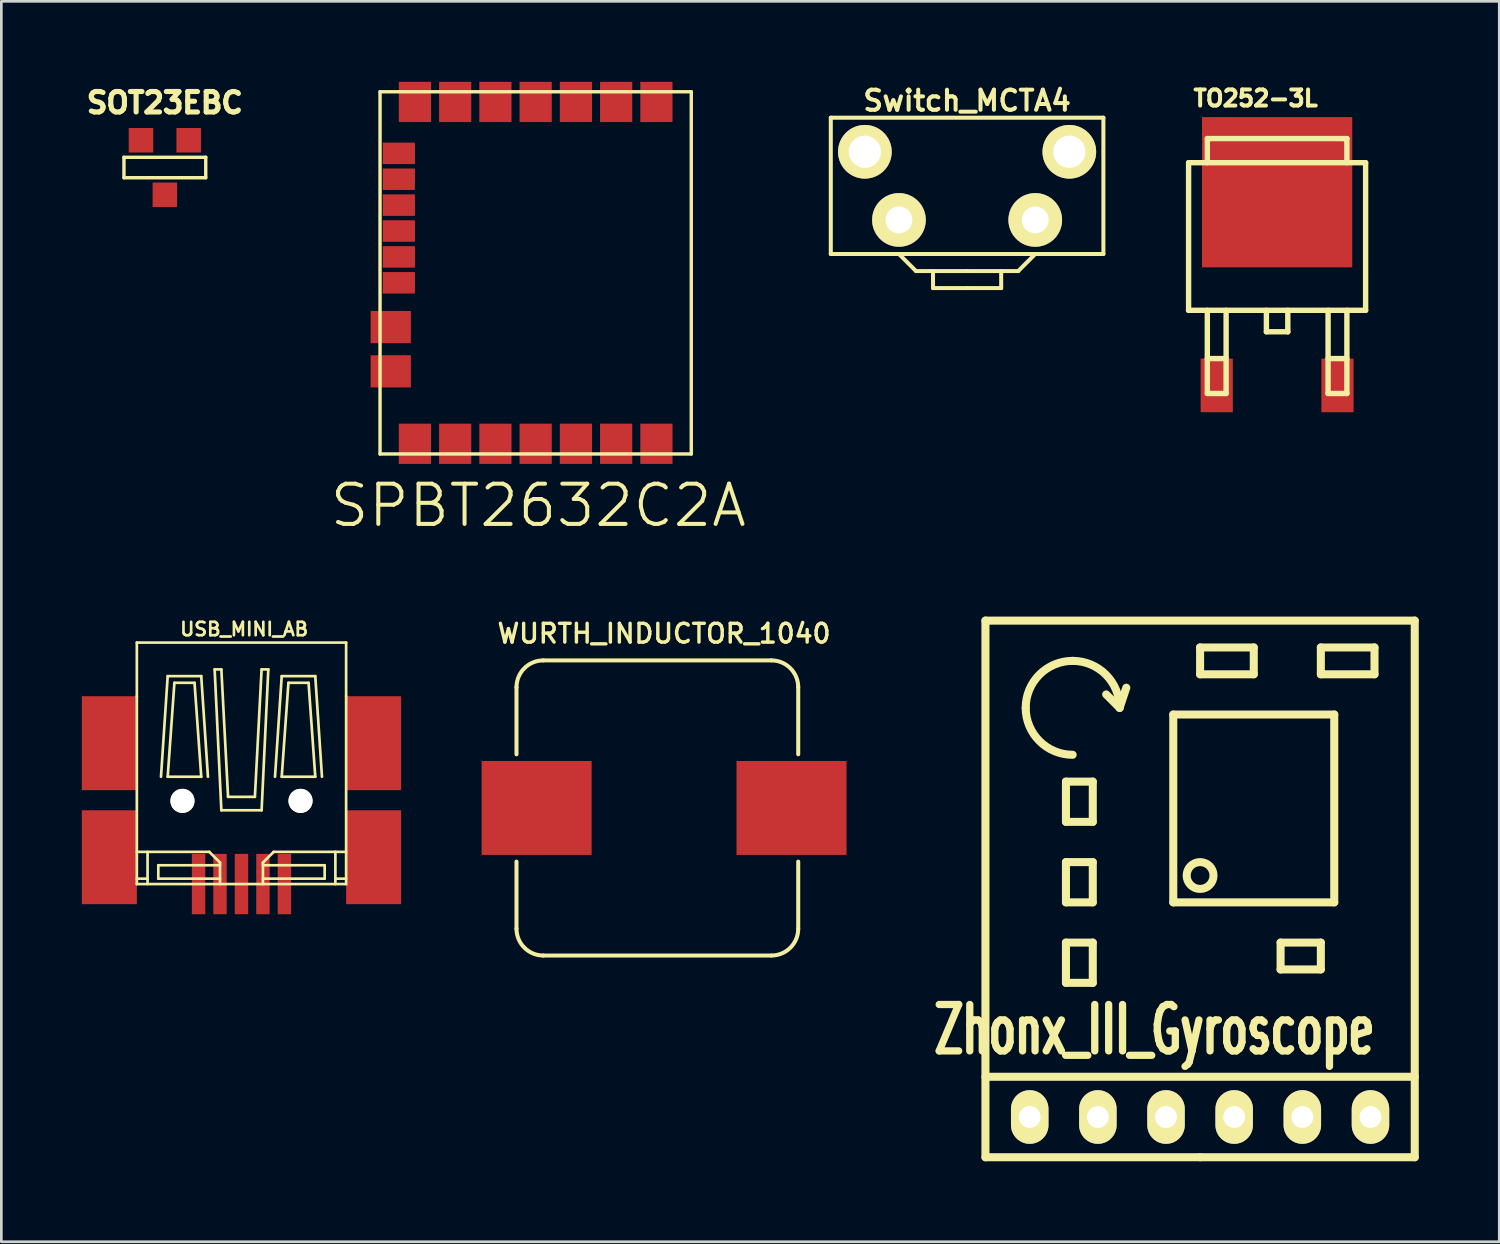
<source format=kicad_pcb>
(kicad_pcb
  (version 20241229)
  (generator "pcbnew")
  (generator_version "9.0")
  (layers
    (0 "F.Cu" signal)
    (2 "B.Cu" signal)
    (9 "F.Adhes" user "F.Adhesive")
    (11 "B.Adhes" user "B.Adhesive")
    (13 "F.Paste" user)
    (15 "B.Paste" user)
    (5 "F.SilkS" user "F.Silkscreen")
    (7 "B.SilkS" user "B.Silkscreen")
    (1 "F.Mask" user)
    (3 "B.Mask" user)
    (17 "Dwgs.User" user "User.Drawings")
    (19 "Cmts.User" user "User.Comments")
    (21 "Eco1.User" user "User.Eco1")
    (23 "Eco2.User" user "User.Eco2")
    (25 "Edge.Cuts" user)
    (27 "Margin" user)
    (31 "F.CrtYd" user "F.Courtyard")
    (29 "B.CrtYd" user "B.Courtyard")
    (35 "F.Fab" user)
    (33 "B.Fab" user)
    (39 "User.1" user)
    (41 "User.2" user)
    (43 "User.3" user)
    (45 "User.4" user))
  (footprint "TO252-3L"
    (layer "F.Cu")
    (at 44.548 11.315)
    (property "Reference" "TO252-3L" (at -0.8 -10.701 0) (layer "F.SilkS") (effects (font (size 0.599 0.599) (thickness 0.15))))
    (attr through_hole)
    (fp_line (start -3.299 -8.301) (end -3.299 -2.799) (stroke (width 0.201) (type solid)) (layer "F.SilkS"))
    (fp_line (start -3.299 -2.799) (end 3.299 -2.799) (stroke (width 0.201) (type solid)) (layer "F.SilkS"))
    (fp_line (start -2.601 -9.2) (end 2.499 -9.2) (stroke (width 0.201) (type solid)) (layer "F.SilkS"))
    (fp_line (start -2.601 -8.301) (end -2.601 -9.2) (stroke (width 0.201) (type solid)) (layer "F.SilkS"))
    (fp_line (start -2.601 -2.799) (end -2.601 0.3) (stroke (width 0.201) (type solid)) (layer "F.SilkS"))
    (fp_line (start -2.601 -1.001) (end -1.9 -1.001) (stroke (width 0.201) (type solid)) (layer "F.SilkS"))
    (fp_line (start -2.601 0.3) (end -1.9 0.3) (stroke (width 0.201) (type solid)) (layer "F.SilkS"))
    (fp_line (start -1.9 0.3) (end -1.9 -2.799) (stroke (width 0.201) (type solid)) (layer "F.SilkS"))
    (fp_line (start -0.399 -1.999) (end -0.399 -2.799) (stroke (width 0.201) (type solid)) (layer "F.SilkS"))
    (fp_line (start 0.399 -2.799) (end 0.399 -1.999) (stroke (width 0.201) (type solid)) (layer "F.SilkS"))
    (fp_line (start 0.399 -1.999) (end -0.399 -1.999) (stroke (width 0.201) (type solid)) (layer "F.SilkS"))
    (fp_line (start 1.9 -1.001) (end 2.601 -1.001) (stroke (width 0.201) (type solid)) (layer "F.SilkS"))
    (fp_line (start 1.9 0.3) (end 1.9 -2.799) (stroke (width 0.201) (type solid)) (layer "F.SilkS"))
    (fp_line (start 2.499 -9.2) (end 2.601 -9.2) (stroke (width 0.201) (type solid)) (layer "F.SilkS"))
    (fp_line (start 2.601 -9.2) (end 2.601 -8.301) (stroke (width 0.201) (type solid)) (layer "F.SilkS"))
    (fp_line (start 2.601 -2.799) (end 2.601 0.3) (stroke (width 0.201) (type solid)) (layer "F.SilkS"))
    (fp_line (start 2.601 0.3) (end 1.9 0.3) (stroke (width 0.201) (type solid)) (layer "F.SilkS"))
    (fp_line (start 3.299 -8.301) (end -3.299 -8.301) (stroke (width 0.201) (type solid)) (layer "F.SilkS"))
    (fp_line (start 3.299 -2.799) (end 3.299 -8.301) (stroke (width 0.201) (type solid)) (layer "F.SilkS"))
    (pad "1" smd rect (at -2.25 0) (size 1.199 1.999) (layers "F.Cu" "F.Mask" "F.Paste"))
    (pad "2" smd rect (at 0 -7.201) (size 5.601 5.601) (layers "F.Cu" "F.Mask" "F.Paste"))
    (pad "3" smd rect (at 2.25 0) (size 1.199 1.999) (layers "F.Cu" "F.Mask" "F.Paste")))
  (footprint "SOT23EBC"
    (layer "F.Cu")
    (at 3.094 3.193)
    (property "Reference" "SOT23EBC" (at 0 -2.413 0) (layer "F.SilkS") (effects (font (size 0.762 0.762) (thickness 0.191))))
    (attr smd)
    (fp_line (start -1.524 -0.381) (end 1.524 -0.381) (stroke (width 0.127) (type solid)) (layer "F.SilkS"))
    (fp_line (start -1.524 0.381) (end -1.524 -0.381) (stroke (width 0.127) (type solid)) (layer "F.SilkS"))
    (fp_line (start 1.524 -0.381) (end 1.524 0.381) (stroke (width 0.127) (type solid)) (layer "F.SilkS"))
    (fp_line (start 1.524 0.381) (end -1.524 0.381) (stroke (width 0.127) (type solid)) (layer "F.SilkS"))
    (pad "1" smd rect (at -0.889 -1.016) (size 0.914 0.914) (layers "F.Cu" "F.Mask" "F.Paste"))
    (pad "2" smd rect (at 0.889 -1.016) (size 0.914 0.914) (layers "F.Cu" "F.Mask" "F.Paste"))
    (pad "3" smd rect (at 0 1.016) (size 0.914 0.914) (layers "F.Cu" "F.Mask" "F.Paste")))
  (footprint "SPBT2632C2A"
    (layer "F.Cu")
    (at 12.414 13.49)
    (property "Reference" "SPBT2632C2A" (at 4.6 2.3 0) (layer "F.SilkS") (effects (font (size 1.5 1.5) (thickness 0.15))))
    (attr through_hole)
    (fp_line (start -1.3 -13.12) (end -1.3 0.38) (stroke (width 0.127) (type solid)) (layer "F.SilkS"))
    (fp_line (start -1.3 0.38) (end 10.3 0.38) (stroke (width 0.127) (type solid)) (layer "F.SilkS"))
    (fp_line (start 10.3 -13.12) (end -1.3 -13.12) (stroke (width 0.127) (type solid)) (layer "F.SilkS"))
    (fp_line (start 10.3 0.38) (end 10.3 -13.12) (stroke (width 0.127) (type solid)) (layer "F.SilkS"))
    (pad "1" smd rect (at 0 0) (size 1.2 1.5) (layers "F.Cu" "F.Mask" "F.Paste"))
    (pad "2" smd rect (at 1.5 0) (size 1.2 1.5) (layers "F.Cu" "F.Mask" "F.Paste"))
    (pad "3" smd rect (at 3 0) (size 1.2 1.5) (layers "F.Cu" "F.Mask" "F.Paste"))
    (pad "4" smd rect (at 4.5 0) (size 1.2 1.5) (layers "F.Cu" "F.Mask" "F.Paste"))
    (pad "5" smd rect (at 6 0) (size 1.2 1.5) (layers "F.Cu" "F.Mask" "F.Paste"))
    (pad "6" smd rect (at 7.5 0) (size 1.2 1.5) (layers "F.Cu" "F.Mask" "F.Paste"))
    (pad "7" smd rect (at 9 0) (size 1.2 1.5) (layers "F.Cu" "F.Mask" "F.Paste"))
    (pad "8" smd rect (at 9 -12.74) (size 1.2 1.5) (layers "F.Cu" "F.Mask" "F.Paste"))
    (pad "9" smd rect (at 7.5 -12.74) (size 1.2 1.5) (layers "F.Cu" "F.Mask" "F.Paste"))
    (pad "10" smd rect (at 6 -12.74) (size 1.2 1.5) (layers "F.Cu" "F.Mask" "F.Paste"))
    (pad "11" smd rect (at 4.5 -12.74) (size 1.2 1.5) (layers "F.Cu" "F.Mask" "F.Paste"))
    (pad "12" smd rect (at 3 -12.74) (size 1.2 1.5) (layers "F.Cu" "F.Mask" "F.Paste"))
    (pad "13" smd rect (at 1.5 -12.74) (size 1.2 1.5) (layers "F.Cu" "F.Mask" "F.Paste"))
    (pad "14" smd rect (at 0 -12.74) (size 1.2 1.5) (layers "F.Cu" "F.Mask" "F.Paste"))
    (pad "15" smd rect (at -0.9 -4.35) (size 1.5 1.2) (layers "F.Cu" "F.Mask" "F.Paste"))
    (pad "16" smd rect (at -0.9 -2.7) (size 1.5 1.2) (layers "F.Cu" "F.Mask" "F.Paste"))
    (pad "17" smd rect (at -0.6 -6) (size 1.2 0.8) (layers "F.Cu" "F.Mask" "F.Paste"))
    (pad "18" smd rect (at -0.6 -6.965) (size 1.2 0.8) (layers "F.Cu" "F.Mask" "F.Paste"))
    (pad "19" smd rect (at -0.6 -7.93) (size 1.2 0.8) (layers "F.Cu" "F.Mask" "F.Paste"))
    (pad "20" smd rect (at -0.6 -8.895) (size 1.2 0.8) (layers "F.Cu" "F.Mask" "F.Paste"))
    (pad "21" smd rect (at -0.6 -9.86) (size 1.2 0.8) (layers "F.Cu" "F.Mask" "F.Paste"))
    (pad "22" smd rect (at -0.6 -10.825) (size 1.2 0.8) (layers "F.Cu" "F.Mask" "F.Paste")))
  (footprint "USB_MINI_AB"
    (layer "F.Cu")
    (at 5.95 28.899)
    (property "Reference" "USB_MINI_AB" (at 0.1 -8.5 0) (layer "F.SilkS") (effects (font (size 0.5 0.5) (thickness 0.1))))
    (attr through_hole)
    (fp_line (start -3.9 -8) (end -3.9 -6) (stroke (width 0.1) (type solid)) (layer "F.SilkS"))
    (fp_line (start -3.9 -6) (end -3.9 1) (stroke (width 0.1) (type solid)) (layer "F.SilkS"))
    (fp_line (start -3.9 -0.2) (end -1.2 -0.2) (stroke (width 0.1) (type solid)) (layer "F.SilkS"))
    (fp_line (start -3.9 1) (end 3.9 1) (stroke (width 0.1) (type solid)) (layer "F.SilkS"))
    (fp_line (start -3.5 0.8) (end -3.9 0.8) (stroke (width 0.1) (type solid)) (layer "F.SilkS"))
    (fp_line (start -3.5 1) (end -3.5 -0.2) (stroke (width 0.1) (type solid)) (layer "F.SilkS"))
    (fp_line (start -3.1 0.3) (end -0.8 0.3) (stroke (width 0.1) (type solid)) (layer "F.SilkS"))
    (fp_line (start -3.1 0.8) (end -3.1 0.3) (stroke (width 0.1) (type solid)) (layer "F.SilkS"))
    (fp_line (start -3 -3) (end -2.75 -6.75) (stroke (width 0.1) (type solid)) (layer "F.SilkS"))
    (fp_line (start -2.75 -6.75) (end -1.5 -6.75) (stroke (width 0.1) (type solid)) (layer "F.SilkS"))
    (fp_line (start -2.75 -3) (end -1.5 -3) (stroke (width 0.1) (type solid)) (layer "F.SilkS"))
    (fp_line (start -2.5 -6.5) (end -2.75 -3) (stroke (width 0.1) (type solid)) (layer "F.SilkS"))
    (fp_line (start -1.75 -6.5) (end -2.5 -6.5) (stroke (width 0.1) (type solid)) (layer "F.SilkS"))
    (fp_line (start -1.5 -6.75) (end -1.25 -3) (stroke (width 0.1) (type solid)) (layer "F.SilkS"))
    (fp_line (start -1.5 -3) (end -1.75 -6.5) (stroke (width 0.1) (type solid)) (layer "F.SilkS"))
    (fp_line (start -1.2 -0.2) (end -0.8 0.2) (stroke (width 0.1) (type solid)) (layer "F.SilkS"))
    (fp_line (start -1 -7) (end -0.75 -1.75) (stroke (width 0.1) (type solid)) (layer "F.SilkS"))
    (fp_line (start -0.8 0.2) (end -0.8 1) (stroke (width 0.1) (type solid)) (layer "F.SilkS"))
    (fp_line (start -0.8 0.8) (end -3.1 0.8) (stroke (width 0.1) (type solid)) (layer "F.SilkS"))
    (fp_line (start -0.75 -7) (end -1 -7) (stroke (width 0.1) (type solid)) (layer "F.SilkS"))
    (fp_line (start -0.75 -1.75) (end 0.75 -1.75) (stroke (width 0.1) (type solid)) (layer "F.SilkS"))
    (fp_line (start -0.5 -2.25) (end -0.75 -7) (stroke (width 0.1) (type solid)) (layer "F.SilkS"))
    (fp_line (start 0.5 -2.25) (end -0.5 -2.25) (stroke (width 0.1) (type solid)) (layer "F.SilkS"))
    (fp_line (start 0.75 -7) (end 0.5 -2.25) (stroke (width 0.1) (type solid)) (layer "F.SilkS"))
    (fp_line (start 0.75 -1.75) (end 1 -7) (stroke (width 0.1) (type solid)) (layer "F.SilkS"))
    (fp_line (start 0.8 0.2) (end 1.2 -0.2) (stroke (width 0.1) (type solid)) (layer "F.SilkS"))
    (fp_line (start 0.8 0.3) (end 3.1 0.3) (stroke (width 0.1) (type solid)) (layer "F.SilkS"))
    (fp_line (start 0.8 1) (end 0.8 0.2) (stroke (width 0.1) (type solid)) (layer "F.SilkS"))
    (fp_line (start 1 -7) (end 0.75 -7) (stroke (width 0.1) (type solid)) (layer "F.SilkS"))
    (fp_line (start 1.2 -0.2) (end 3.9 -0.2) (stroke (width 0.1) (type solid)) (layer "F.SilkS"))
    (fp_line (start 1.25 -3) (end 1.5 -6.75) (stroke (width 0.1) (type solid)) (layer "F.SilkS"))
    (fp_line (start 1.5 -6.75) (end 2.75 -6.75) (stroke (width 0.1) (type solid)) (layer "F.SilkS"))
    (fp_line (start 1.5 -3) (end 1.75 -6.5) (stroke (width 0.1) (type solid)) (layer "F.SilkS"))
    (fp_line (start 1.75 -6.5) (end 2.5 -6.5) (stroke (width 0.1) (type solid)) (layer "F.SilkS"))
    (fp_line (start 2.5 -6.5) (end 2.75 -3) (stroke (width 0.1) (type solid)) (layer "F.SilkS"))
    (fp_line (start 2.75 -6.75) (end 3 -3) (stroke (width 0.1) (type solid)) (layer "F.SilkS"))
    (fp_line (start 2.75 -3) (end 1.5 -3) (stroke (width 0.1) (type solid)) (layer "F.SilkS"))
    (fp_line (start 3.1 0.3) (end 3.1 0.8) (stroke (width 0.1) (type solid)) (layer "F.SilkS"))
    (fp_line (start 3.1 0.8) (end 0.8 0.8) (stroke (width 0.1) (type solid)) (layer "F.SilkS"))
    (fp_line (start 3.5 -0.2) (end 3.5 1) (stroke (width 0.1) (type solid)) (layer "F.SilkS"))
    (fp_line (start 3.9 -8) (end -3.9 -8) (stroke (width 0.1) (type solid)) (layer "F.SilkS"))
    (fp_line (start 3.9 -6) (end 3.9 -8) (stroke (width 0.1) (type solid)) (layer "F.SilkS"))
    (fp_line (start 3.9 0.8) (end 3.5 0.8) (stroke (width 0.1) (type solid)) (layer "F.SilkS"))
    (fp_line (start 3.9 1) (end 3.9 -6) (stroke (width 0.1) (type solid)) (layer "F.SilkS"))
    (pad "" np_thru_hole circle (at -2.2 -2.1) (size 0.9 0.9) (drill 0.9) (layers "*.Cu" "*.Mask" "F.SilkS"))
    (pad "" np_thru_hole circle (at 2.2 -2.1) (size 0.9 0.9) (drill 0.9) (layers "*.Cu" "*.Mask" "F.SilkS"))
    (pad "1" smd rect (at 1.6 1) (size 0.5 2.25) (layers "F.Cu" "F.Mask" "F.Paste"))
    (pad "2" smd rect (at 0.8 1) (size 0.5 2.25) (layers "F.Cu" "F.Mask" "F.Paste"))
    (pad "3" smd rect (at 0 1) (size 0.5 2.25) (layers "F.Cu" "F.Mask" "F.Paste"))
    (pad "4" smd rect (at -0.8 1) (size 0.5 2.25) (layers "F.Cu" "F.Mask" "F.Paste"))
    (pad "5" smd rect (at -4.925 -4.25) (size 2.05 3.5) (layers "F.Cu" "F.Mask" "F.Paste"))
    (pad "5" smd rect (at -4.925 0) (size 2.05 3.5) (layers "F.Cu" "F.Mask" "F.Paste"))
    (pad "5" smd rect (at -1.6 1) (size 0.5 2.25) (layers "F.Cu" "F.Mask" "F.Paste"))
    (pad "5" smd rect (at 4.925 -4.25) (size 2.05 3.5) (layers "F.Cu" "F.Mask" "F.Paste"))
    (pad "5" smd rect (at 4.925 0) (size 2.05 3.5) (layers "F.Cu" "F.Mask" "F.Paste")))
  (footprint "WURTH_INDUCTOR_1040"
    (layer "F.Cu")
    (at 21.7 27.063)
    (property "Reference" "WURTH_INDUCTOR_1040" (at 0 -6.5 0) (layer "F.SilkS") (effects (font (size 0.7 0.7) (thickness 0.127))))
    (attr through_hole)
    (fp_line (start -5.5 -4.5) (end -5.5 -2) (stroke (width 0.15) (type solid)) (layer "F.SilkS"))
    (fp_line (start -5.5 4.5) (end -5.5 2) (stroke (width 0.15) (type solid)) (layer "F.SilkS"))
    (fp_line (start -4.5 -5.5) (end 4 -5.5) (stroke (width 0.15) (type solid)) (layer "F.SilkS"))
    (fp_line (start 4 5.5) (end -4.5 5.5) (stroke (width 0.15) (type solid)) (layer "F.SilkS"))
    (fp_line (start 5 -4.5) (end 5 -2) (stroke (width 0.15) (type solid)) (layer "F.SilkS"))
    (fp_line (start 5 4.5) (end 5 2) (stroke (width 0.15) (type solid)) (layer "F.SilkS"))
    (fp_arc (start -5.5 -4.5) (mid -5.207107 -5.207107) (end -4.5 -5.5) (stroke (width 0.15) (type solid)) (layer "F.SilkS"))
    (fp_arc (start -4.5 5.5) (mid -5.207107 5.207107) (end -5.5 4.5) (stroke (width 0.15) (type solid)) (layer "F.SilkS"))
    (fp_arc (start 4 -5.5) (mid 4.707107 -5.207107) (end 5 -4.5) (stroke (width 0.15) (type solid)) (layer "F.SilkS"))
    (fp_arc (start 5 4.5) (mid 4.707107 5.207107) (end 4 5.5) (stroke (width 0.15) (type solid)) (layer "F.SilkS"))
    (pad "1" smd rect (at -4.75 0) (size 4.1 3.5) (layers "F.Cu" "F.Mask" "F.Paste"))
    (pad "2" smd rect (at 4.75 0) (size 4.1 3.5) (layers "F.Cu" "F.Mask" "F.Paste")))
  (footprint "Zhonx_III_Gyroscope"
    (layer "F.Cu")
    (at 41.678 38.581)
    (property "Reference" "Zhonx_III_Gyroscope" (at -1.7 -3.25 0) (layer "F.SilkS") (effects (font (size 1.73 1.087) (thickness 0.272))))
    (attr through_hole)
    (fp_line (start -8 -18.5) (end -8 1.5) (stroke (width 0.3) (type solid)) (layer "F.SilkS"))
    (fp_line (start -8 1.5) (end 0 1.5) (stroke (width 0.3) (type solid)) (layer "F.SilkS"))
    (fp_line (start -5 -12.5) (end -4 -12.5) (stroke (width 0.3) (type solid)) (layer "F.SilkS"))
    (fp_line (start -5 -11) (end -5 -12.5) (stroke (width 0.3) (type solid)) (layer "F.SilkS"))
    (fp_line (start -5 -9.5) (end -4 -9.5) (stroke (width 0.3) (type solid)) (layer "F.SilkS"))
    (fp_line (start -5 -8) (end -5 -9.5) (stroke (width 0.3) (type solid)) (layer "F.SilkS"))
    (fp_line (start -5 -6.5) (end -4 -6.5) (stroke (width 0.3) (type solid)) (layer "F.SilkS"))
    (fp_line (start -5 -5) (end -5 -6.5) (stroke (width 0.3) (type solid)) (layer "F.SilkS"))
    (fp_line (start -4 -12.5) (end -4 -11) (stroke (width 0.3) (type solid)) (layer "F.SilkS"))
    (fp_line (start -4 -11) (end -5 -11) (stroke (width 0.3) (type solid)) (layer "F.SilkS"))
    (fp_line (start -4 -9.5) (end -4 -8) (stroke (width 0.3) (type solid)) (layer "F.SilkS"))
    (fp_line (start -4 -8) (end -5 -8) (stroke (width 0.3) (type solid)) (layer "F.SilkS"))
    (fp_line (start -4 -6.5) (end -4 -5) (stroke (width 0.3) (type solid)) (layer "F.SilkS"))
    (fp_line (start -4 -5) (end -5 -5) (stroke (width 0.3) (type solid)) (layer "F.SilkS"))
    (fp_line (start -3 -15.25) (end -3.5 -15.75) (stroke (width 0.3) (type solid)) (layer "F.SilkS"))
    (fp_line (start -3 -15.25) (end -2.75 -16) (stroke (width 0.3) (type solid)) (layer "F.SilkS"))
    (fp_line (start -1 -15) (end 5 -15) (stroke (width 0.3) (type solid)) (layer "F.SilkS"))
    (fp_line (start -1 -8) (end -1 -15) (stroke (width 0.3) (type solid)) (layer "F.SilkS"))
    (fp_line (start 0 -17.5) (end 2 -17.5) (stroke (width 0.3) (type solid)) (layer "F.SilkS"))
    (fp_line (start 0 -16.5) (end 0 -17.5) (stroke (width 0.3) (type solid)) (layer "F.SilkS"))
    (fp_line (start 0 1.5) (end 8 1.5) (stroke (width 0.3) (type solid)) (layer "F.SilkS"))
    (fp_line (start 2 -17.5) (end 2 -16.5) (stroke (width 0.3) (type solid)) (layer "F.SilkS"))
    (fp_line (start 2 -16.5) (end 0 -16.5) (stroke (width 0.3) (type solid)) (layer "F.SilkS"))
    (fp_line (start 3 -6.5) (end 4.5 -6.5) (stroke (width 0.3) (type solid)) (layer "F.SilkS"))
    (fp_line (start 3 -5.5) (end 3 -6.5) (stroke (width 0.3) (type solid)) (layer "F.SilkS"))
    (fp_line (start 4.5 -17.5) (end 4.5 -16.5) (stroke (width 0.3) (type solid)) (layer "F.SilkS"))
    (fp_line (start 4.5 -16.5) (end 6.5 -16.5) (stroke (width 0.3) (type solid)) (layer "F.SilkS"))
    (fp_line (start 4.5 -6.5) (end 4.5 -5.5) (stroke (width 0.3) (type solid)) (layer "F.SilkS"))
    (fp_line (start 4.5 -5.5) (end 3 -5.5) (stroke (width 0.3) (type solid)) (layer "F.SilkS"))
    (fp_line (start 5 -15) (end 5 -8) (stroke (width 0.3) (type solid)) (layer "F.SilkS"))
    (fp_line (start 5 -8) (end -1 -8) (stroke (width 0.3) (type solid)) (layer "F.SilkS"))
    (fp_line (start 6.5 -17.5) (end 4.5 -17.5) (stroke (width 0.3) (type solid)) (layer "F.SilkS"))
    (fp_line (start 6.5 -16.5) (end 6.5 -17.5) (stroke (width 0.3) (type solid)) (layer "F.SilkS"))
    (fp_line (start 8 -18.5) (end -8 -18.5) (stroke (width 0.3) (type solid)) (layer "F.SilkS"))
    (fp_line (start 8 -1.5) (end -8 -1.5) (stroke (width 0.3) (type solid)) (layer "F.SilkS"))
    (fp_line (start 8 1.5) (end 8 -18.5) (stroke (width 0.3) (type solid)) (layer "F.SilkS"))
    (fp_arc (start -6.5 -15.25) (mid -5.987437 -16.487437) (end -4.75 -17) (stroke (width 0.3) (type solid)) (layer "F.SilkS"))
    (fp_arc (start -4.75 -17) (mid -3.512563 -16.487437) (end -3 -15.25) (stroke (width 0.3) (type solid)) (layer "F.SilkS"))
    (fp_arc (start -4.75 -13.5) (mid -5.987437 -14.012563) (end -6.5 -15.25) (stroke (width 0.3) (type solid)) (layer "F.SilkS"))
    (fp_circle (center 0 -9) (end 0.5 -9) (stroke (width 0.3) (type solid)) (fill no) (layer "F.SilkS"))
    (pad "1" thru_hole oval (at -6.35 0) (size 1.397 2) (drill 0.813) (layers "*.Cu" "*.Mask" "F.SilkS"))
    (pad "2" thru_hole oval (at -3.81 0) (size 1.397 2) (drill 0.813) (layers "*.Cu" "*.Mask" "F.SilkS"))
    (pad "3" thru_hole oval (at -1.27 0) (size 1.397 2) (drill 0.813) (layers "*.Cu" "*.Mask" "F.SilkS"))
    (pad "4" thru_hole oval (at 1.27 0) (size 1.397 2) (drill 0.813) (layers "*.Cu" "*.Mask" "F.SilkS"))
    (pad "5" thru_hole oval (at 3.81 0) (size 1.397 2) (drill 0.813) (layers "*.Cu" "*.Mask" "F.SilkS"))
    (pad "6" thru_hole oval (at 6.35 0) (size 1.397 2) (drill 0.813) (layers "*.Cu" "*.Mask" "F.SilkS")))
  (footprint "Switch_MCTA4"
    (layer "F.Cu")
    (at 32.994 5.147)
    (property "Reference" "Switch_MCTA4" (at 0 -4.445 0) (layer "F.SilkS") (effects (font (size 0.75 0.75) (thickness 0.15))))
    (attr through_hole)
    (fp_line (start -5.08 -3.81) (end 5.08 -3.81) (stroke (width 0.15) (type solid)) (layer "F.SilkS"))
    (fp_line (start -5.08 1.27) (end -5.08 -3.81) (stroke (width 0.15) (type solid)) (layer "F.SilkS"))
    (fp_line (start -1.905 1.905) (end -2.54 1.27) (stroke (width 0.15) (type solid)) (layer "F.SilkS"))
    (fp_line (start -1.27 2.54) (end -1.27 1.905) (stroke (width 0.15) (type solid)) (layer "F.SilkS"))
    (fp_line (start 0 1.27) (end -5.08 1.27) (stroke (width 0.15) (type solid)) (layer "F.SilkS"))
    (fp_line (start 0 1.905) (end -1.905 1.905) (stroke (width 0.15) (type solid)) (layer "F.SilkS"))
    (fp_line (start 0 1.905) (end 1.905 1.905) (stroke (width 0.15) (type solid)) (layer "F.SilkS"))
    (fp_line (start 0 2.54) (end -1.27 2.54) (stroke (width 0.15) (type solid)) (layer "F.SilkS"))
    (fp_line (start 0 2.54) (end 1.27 2.54) (stroke (width 0.15) (type solid)) (layer "F.SilkS"))
    (fp_line (start 1.27 2.54) (end 1.27 1.905) (stroke (width 0.15) (type solid)) (layer "F.SilkS"))
    (fp_line (start 1.905 1.905) (end 2.54 1.27) (stroke (width 0.15) (type solid)) (layer "F.SilkS"))
    (fp_line (start 5.08 -3.81) (end 5.08 1.27) (stroke (width 0.15) (type solid)) (layer "F.SilkS"))
    (fp_line (start 5.08 1.27) (end 0 1.27) (stroke (width 0.15) (type solid)) (layer "F.SilkS"))
    (pad "" thru_hole circle (at -3.81 -2.54) (size 2 2) (drill 1.2) (layers "*.Cu" "*.Mask" "F.SilkS"))
    (pad "" thru_hole circle (at 3.81 -2.54) (size 2 2) (drill 1.2) (layers "*.Cu" "*.Mask" "F.SilkS"))
    (pad "1" thru_hole circle (at -2.54 0) (size 2 2) (drill 1) (layers "*.Cu" "*.Mask" "F.SilkS"))
    (pad "2" thru_hole circle (at 2.54 0) (size 2 2) (drill 1) (layers "*.Cu" "*.Mask" "F.SilkS")))
  (gr_rect
    (start -3 -3)
    (end 52.828 43.231)
    (stroke (width 0.1) (type default))
    (fill no)
    (layer "Edge.Cuts")))
</source>
